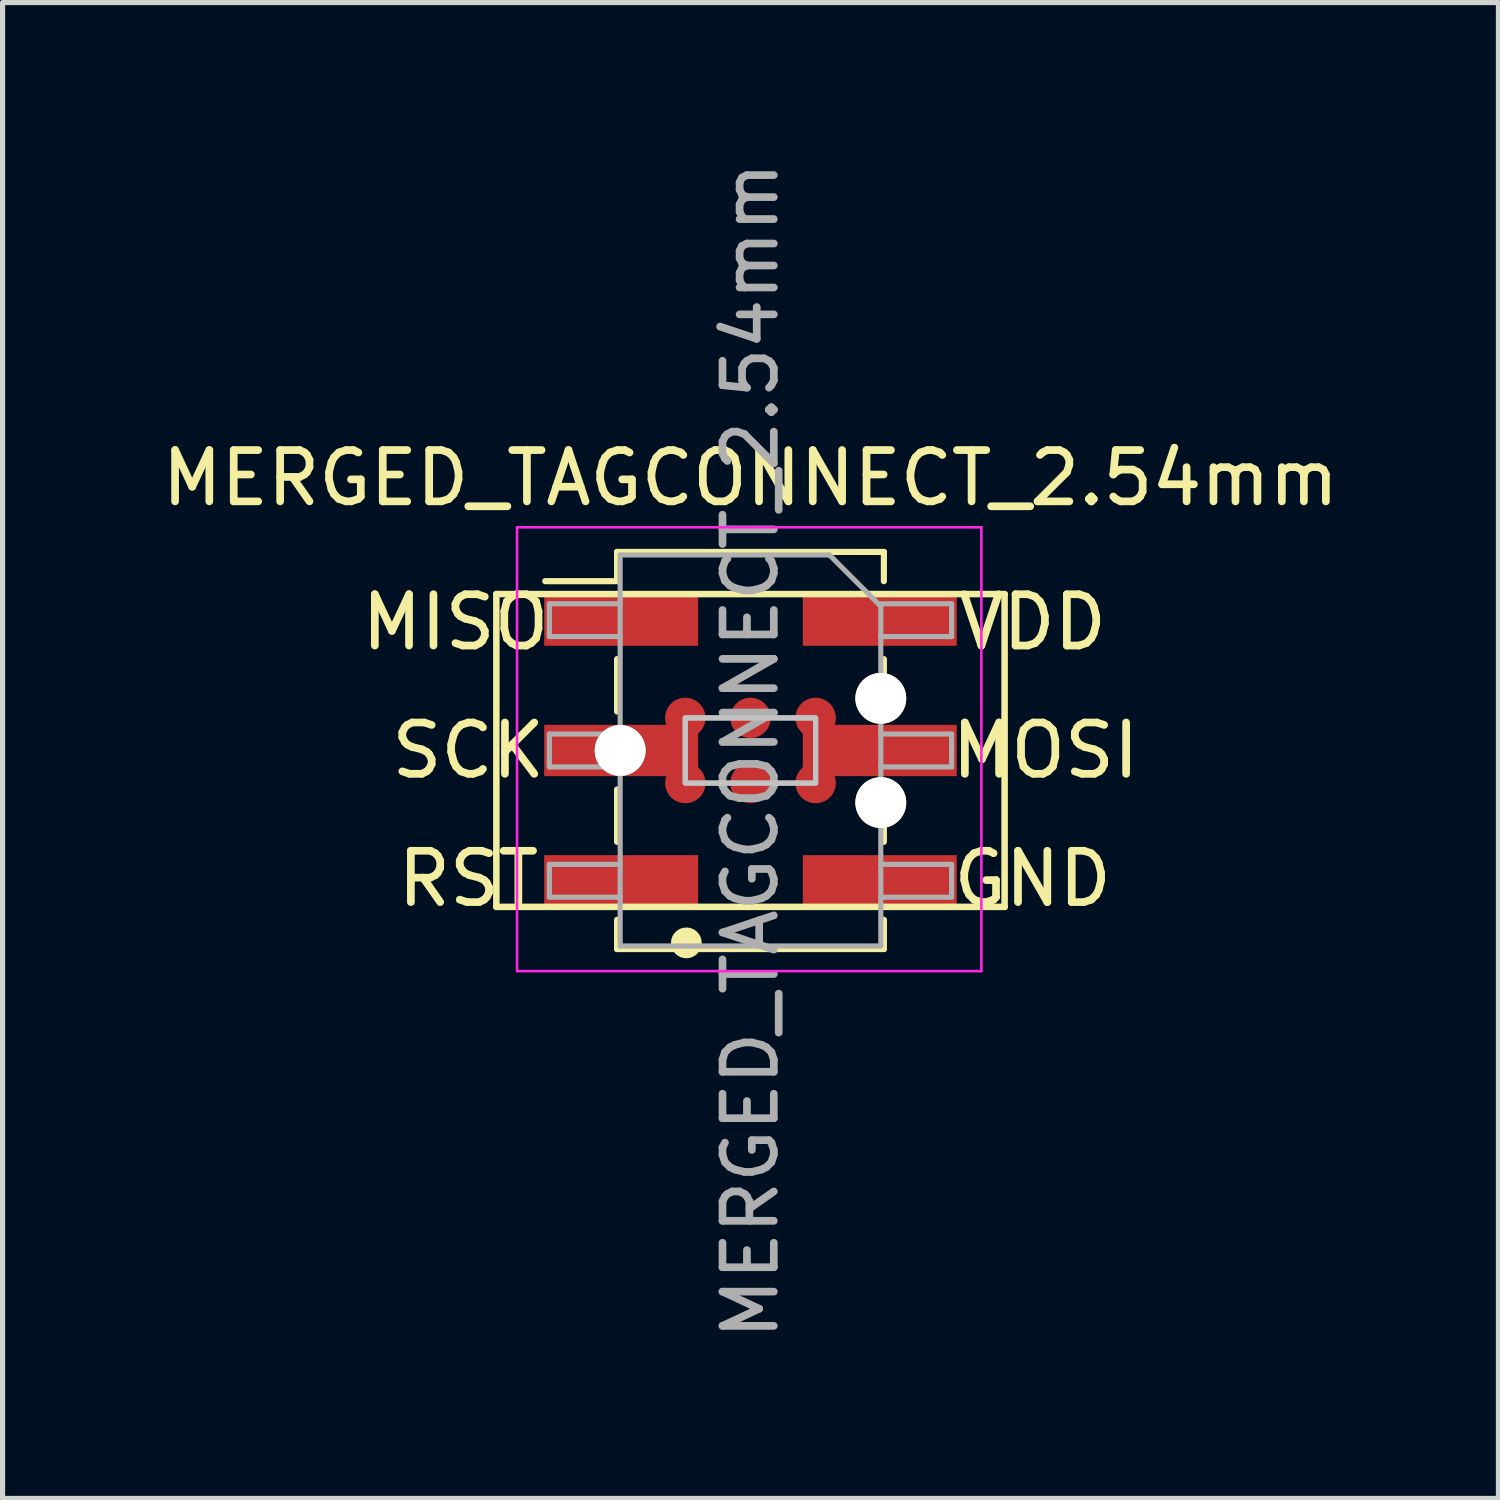
<source format=kicad_pcb>
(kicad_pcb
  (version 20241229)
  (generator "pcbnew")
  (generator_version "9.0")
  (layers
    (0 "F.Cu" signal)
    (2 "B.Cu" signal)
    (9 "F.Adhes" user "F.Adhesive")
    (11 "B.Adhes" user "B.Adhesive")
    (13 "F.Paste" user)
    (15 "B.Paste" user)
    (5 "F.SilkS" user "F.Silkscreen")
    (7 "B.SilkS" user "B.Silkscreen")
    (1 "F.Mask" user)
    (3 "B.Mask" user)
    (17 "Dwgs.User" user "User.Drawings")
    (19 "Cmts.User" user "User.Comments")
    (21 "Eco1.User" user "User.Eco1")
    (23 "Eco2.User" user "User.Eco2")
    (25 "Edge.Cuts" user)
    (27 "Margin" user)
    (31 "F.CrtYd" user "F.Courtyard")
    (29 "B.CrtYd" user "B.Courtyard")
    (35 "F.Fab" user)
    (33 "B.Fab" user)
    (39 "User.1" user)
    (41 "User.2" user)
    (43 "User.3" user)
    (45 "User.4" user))
  (footprint "MERGED_TAGCONNECT_2.54mm"
    (layer "F.Cu")
    (at 11.577 11.577)
    (property "Reference" "MERGED_TAGCONNECT_2.54mm" (at 0 -5.31 0) (layer "F.SilkS") (effects (font (size 1 1) (thickness 0.15))))
    (attr smd)
    (fp_line (start -4.953 -3.048) (end -4.953 3.048) (stroke (width 0.127) (type solid)) (layer "F.SilkS"))
    (fp_line (start -4.953 3.048) (end 4.953 3.048) (stroke (width 0.127) (type solid)) (layer "F.SilkS"))
    (fp_line (start -4 -3.3) (end -2.64 -3.3) (stroke (width 0.12) (type solid)) (layer "F.SilkS"))
    (fp_line (start -2.6 -3.87) (end -2.6 -3.3) (stroke (width 0.12) (type solid)) (layer "F.SilkS"))
    (fp_line (start -2.6 -3.87) (end 2.6 -3.87) (stroke (width 0.12) (type solid)) (layer "F.SilkS"))
    (fp_line (start -2.6 -1.78) (end -2.6 -0.76) (stroke (width 0.12) (type solid)) (layer "F.SilkS"))
    (fp_line (start -2.6 0.76) (end -2.6 1.78) (stroke (width 0.12) (type solid)) (layer "F.SilkS"))
    (fp_line (start -2.6 3.3) (end -2.6 3.87) (stroke (width 0.12) (type solid)) (layer "F.SilkS"))
    (fp_line (start -2.6 3.87) (end 2.6 3.87) (stroke (width 0.12) (type solid)) (layer "F.SilkS"))
    (fp_line (start 2.6 -3.87) (end 2.6 -3.3) (stroke (width 0.12) (type solid)) (layer "F.SilkS"))
    (fp_line (start 2.6 -1.78) (end 2.6 -0.76) (stroke (width 0.12) (type solid)) (layer "F.SilkS"))
    (fp_line (start 2.6 0.76) (end 2.6 1.78) (stroke (width 0.12) (type solid)) (layer "F.SilkS"))
    (fp_line (start 2.6 3.3) (end 2.6 3.87) (stroke (width 0.12) (type solid)) (layer "F.SilkS"))
    (fp_line (start 4.953 -3.048) (end -4.953 -3.048) (stroke (width 0.127) (type solid)) (layer "F.SilkS"))
    (fp_line (start 4.953 3.048) (end 4.953 -3.048) (stroke (width 0.127) (type solid)) (layer "F.SilkS"))
    (fp_circle (center -1.25 3.75) (end -1.1 3.75) (stroke (width 0.3) (type solid)) (fill no) (layer "F.SilkS"))
    (fp_poly (pts (xy -1.272 -0.635) (xy 1.27 -0.635) (xy 1.27 0.636) (xy -1.272 0.636)) (stroke (width 0.1) (type solid)) (fill no) (layer "Dwgs.User"))
    (fp_poly (pts (xy -1.271 -0.635) (xy 1.27 -0.635) (xy 1.27 0.636) (xy -1.271 0.636)) (stroke (width 0.1) (type solid)) (fill no) (layer "Dwgs.User"))
    (fp_line (start -5.2 -3.3) (end 5.2 -3.3) (stroke (width 0.05) (type solid)) (layer "Eco1.User"))
    (fp_line (start -5.2 3.3) (end -5.2 -3.3) (stroke (width 0.05) (type solid)) (layer "Eco1.User"))
    (fp_line (start 5.2 -3.3) (end 5.2 3.3) (stroke (width 0.05) (type solid)) (layer "Eco1.User"))
    (fp_line (start 5.2 3.3) (end -5.2 3.3) (stroke (width 0.05) (type solid)) (layer "Eco1.User"))
    (fp_line (start -4.953 -3.048) (end 4.953 -3.048) (stroke (width 0.127) (type solid)) (layer "Eco2.User"))
    (fp_line (start -4.953 3.048) (end -4.953 -3.048) (stroke (width 0.127) (type solid)) (layer "Eco2.User"))
    (fp_line (start 4.953 -3.048) (end 4.953 3.048) (stroke (width 0.127) (type solid)) (layer "Eco2.User"))
    (fp_line (start 4.953 3.048) (end -4.953 3.048) (stroke (width 0.127) (type solid)) (layer "Eco2.User"))
    (fp_circle (center -1.25 1.5) (end -1.1 1.5) (stroke (width 0.3) (type solid)) (fill no) (layer "Eco2.User"))
    (fp_line (start -4.55 -4.35) (end 4.5 -4.35) (stroke (width 0.05) (type solid)) (layer "F.CrtYd"))
    (fp_line (start -4.55 4.3) (end -4.55 -4.35) (stroke (width 0.05) (type solid)) (layer "F.CrtYd"))
    (fp_line (start 4.5 -4.35) (end 4.5 4.3) (stroke (width 0.05) (type solid)) (layer "F.CrtYd"))
    (fp_line (start 4.5 4.3) (end -4.55 4.3) (stroke (width 0.05) (type solid)) (layer "F.CrtYd"))
    (fp_line (start -3.92 -2.86) (end -2.54 -2.86) (stroke (width 0.1) (type solid)) (layer "F.Fab"))
    (fp_line (start -3.92 -2.22) (end -3.92 -2.86) (stroke (width 0.1) (type solid)) (layer "F.Fab"))
    (fp_line (start -3.92 -0.32) (end -2.54 -0.32) (stroke (width 0.1) (type solid)) (layer "F.Fab"))
    (fp_line (start -3.92 0.32) (end -3.92 -0.32) (stroke (width 0.1) (type solid)) (layer "F.Fab"))
    (fp_line (start -3.92 2.22) (end -2.54 2.22) (stroke (width 0.1) (type solid)) (layer "F.Fab"))
    (fp_line (start -3.92 2.86) (end -3.92 2.22) (stroke (width 0.1) (type solid)) (layer "F.Fab"))
    (fp_line (start -2.54 -3.81) (end 1.54 -3.81) (stroke (width 0.1) (type solid)) (layer "F.Fab"))
    (fp_line (start -2.54 -2.22) (end -3.92 -2.22) (stroke (width 0.1) (type solid)) (layer "F.Fab"))
    (fp_line (start -2.54 0.32) (end -3.92 0.32) (stroke (width 0.1) (type solid)) (layer "F.Fab"))
    (fp_line (start -2.54 2.86) (end -3.92 2.86) (stroke (width 0.1) (type solid)) (layer "F.Fab"))
    (fp_line (start -2.54 3.81) (end -2.54 -3.81) (stroke (width 0.1) (type solid)) (layer "F.Fab"))
    (fp_line (start 1.54 -3.81) (end 2.54 -2.81) (stroke (width 0.1) (type solid)) (layer "F.Fab"))
    (fp_line (start 2.54 -2.86) (end 3.92 -2.86) (stroke (width 0.1) (type solid)) (layer "F.Fab"))
    (fp_line (start 2.54 -2.81) (end 2.54 3.81) (stroke (width 0.1) (type solid)) (layer "F.Fab"))
    (fp_line (start 2.54 -0.32) (end 3.92 -0.32) (stroke (width 0.1) (type solid)) (layer "F.Fab"))
    (fp_line (start 2.54 2.22) (end 3.92 2.22) (stroke (width 0.1) (type solid)) (layer "F.Fab"))
    (fp_line (start 2.54 3.81) (end -2.54 3.81) (stroke (width 0.1) (type solid)) (layer "F.Fab"))
    (fp_line (start 3.92 -2.86) (end 3.92 -2.22) (stroke (width 0.1) (type solid)) (layer "F.Fab"))
    (fp_line (start 3.92 -2.22) (end 2.54 -2.22) (stroke (width 0.1) (type solid)) (layer "F.Fab"))
    (fp_line (start 3.92 -0.32) (end 3.92 0.32) (stroke (width 0.1) (type solid)) (layer "F.Fab"))
    (fp_line (start 3.92 0.32) (end 2.54 0.32) (stroke (width 0.1) (type solid)) (layer "F.Fab"))
    (fp_line (start 3.92 2.22) (end 3.92 2.86) (stroke (width 0.1) (type solid)) (layer "F.Fab"))
    (fp_line (start 3.92 2.86) (end 2.54 2.86) (stroke (width 0.1) (type solid)) (layer "F.Fab"))
    (fp_text user "SCK" (at -5.5 0 0) (layer "F.SilkS") (effects (font (size 1 1) (thickness 0.15))))
    (fp_text user "VDD" (at 5.5 -2.5 0) (layer "F.SilkS") (effects (font (size 1 1) (thickness 0.15))))
    (fp_text user "RST" (at -5.5 2.5 0) (layer "F.SilkS") (effects (font (size 1 1) (thickness 0.15))))
    (fp_text user "MOSI" (at 5.75 0 0) (layer "F.SilkS") (effects (font (size 1 1) (thickness 0.15))))
    (fp_text user "GND" (at 5.5 2.5 0) (layer "F.SilkS") (effects (font (size 1 1) (thickness 0.15))))
    (fp_text user "MISO" (at -5.75 -2.5 0) (layer "F.SilkS") (effects (font (size 1 1) (thickness 0.15))))
    (fp_text user "${REFERENCE}" (at 0 0 90) (layer "F.Fab") (effects (font (size 1 1) (thickness 0.15))))
    (pad "" np_thru_hole circle (at -2.54 0) (size 0.991 0.991) (drill 0.991) (layers "*.Cu" "*.Mask" "F.SilkS"))
    (pad "" np_thru_hole circle (at 2.54 -1.016) (size 0.991 0.991) (drill 0.991) (layers "*.Cu" "*.Mask" "F.SilkS"))
    (pad "" np_thru_hole circle (at 2.54 1.016) (size 0.991 0.991) (drill 0.991) (layers "*.Cu" "*.Mask" "F.SilkS"))
    (pad "1" smd rect (at -2.52 -2.54) (size 3 1) (layers "F.Cu" "F.Mask" "F.Paste"))
    (pad "1" smd circle (at -1.27 0.635) (size 0.787 0.787) (layers "F.Cu" "F.Mask" "F.Paste"))
    (pad "2" smd rect (at -2.52 0) (size 3 1) (layers "F.Cu" "F.Mask" "F.Paste"))
    (pad "2" smd circle (at -1.27 -0.635) (size 0.787 0.787) (layers "F.Cu" "F.Mask" "F.Paste"))
    (pad "3" smd rect (at -2.52 2.54) (size 3 1) (layers "F.Cu" "F.Mask" "F.Paste"))
    (pad "3" smd circle (at 0 0.635) (size 0.787 0.787) (layers "F.Cu" "F.Mask" "F.Paste"))
    (pad "4" smd circle (at 0 -0.635) (size 0.787 0.787) (layers "F.Cu" "F.Mask" "F.Paste"))
    (pad "4" smd rect (at 2.52 -2.54) (size 3 1) (layers "F.Cu" "F.Mask" "F.Paste"))
    (pad "5" smd circle (at 1.27 0.635) (size 0.787 0.787) (layers "F.Cu" "F.Mask" "F.Paste"))
    (pad "5" smd rect (at 2.52 0) (size 3 1) (layers "F.Cu" "F.Mask" "F.Paste"))
    (pad "6" smd circle (at 1.27 -0.635) (size 0.787 0.787) (layers "F.Cu" "F.Mask" "F.Paste"))
    (pad "6" smd rect (at 2.52 2.54) (size 3 1) (layers "F.Cu" "F.Mask" "F.Paste")))
  (gr_rect
    (start -3 -3)
    (end 26.155 26.155)
    (stroke (width 0.1) (type default))
    (fill no)
    (layer "Edge.Cuts")))
</source>
